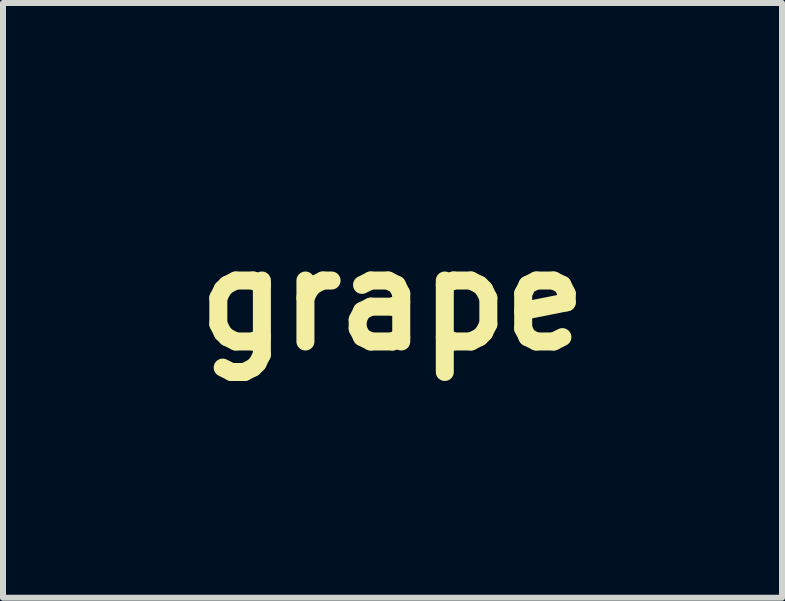
<source format=kicad_pcb>
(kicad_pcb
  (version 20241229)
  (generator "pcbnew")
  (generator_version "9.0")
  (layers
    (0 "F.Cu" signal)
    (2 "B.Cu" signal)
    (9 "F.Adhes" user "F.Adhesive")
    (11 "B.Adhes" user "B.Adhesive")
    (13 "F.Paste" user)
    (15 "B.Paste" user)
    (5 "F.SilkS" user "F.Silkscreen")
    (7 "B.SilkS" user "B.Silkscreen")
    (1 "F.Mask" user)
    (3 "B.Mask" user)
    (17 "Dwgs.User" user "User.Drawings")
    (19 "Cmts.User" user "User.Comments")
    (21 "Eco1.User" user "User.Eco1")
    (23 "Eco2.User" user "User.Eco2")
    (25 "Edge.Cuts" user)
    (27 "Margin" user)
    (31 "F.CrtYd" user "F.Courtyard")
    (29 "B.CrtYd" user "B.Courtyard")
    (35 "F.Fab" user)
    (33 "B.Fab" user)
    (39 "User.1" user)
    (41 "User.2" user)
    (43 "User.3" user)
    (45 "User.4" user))
  (footprint "grape"
    (layer "F.Cu")
    (at 3.491 1.951)
    (property "Reference" "grape" (at 0 0 0) (layer "F.SilkS") (effects (font (size 1.524 1.524) (thickness 0.3))))
    (attr through_hole)
    (fp_poly (pts (xy 0.171 -1.927) (xy 0.219 -1.882) (xy 0.274 -1.811) (xy 0.282 -1.8) (xy 0.362 -1.662) (xy 0.422 -1.517) (xy 0.461 -1.368) (xy 0.477 -1.22) (xy 0.472 -1.075) (xy 0.443 -0.939) (xy 0.393 -0.817) (xy 0.354 -0.752) (xy 0.311 -0.695) (xy 0.269 -0.651) (xy 0.232 -0.626) (xy 0.213 -0.621) (xy 0.183 -0.631) (xy 0.149 -0.654) (xy 0.146 -0.657) (xy 0.121 -0.694) (xy 0.12 -0.734) (xy 0.144 -0.781) (xy 0.172 -0.817) (xy 0.229 -0.896) (xy 0.267 -0.985) (xy 0.288 -1.089) (xy 0.294 -1.16) (xy 0.295 -1.235) (xy 0.292 -1.294) (xy 0.282 -1.348) (xy 0.268 -1.399) (xy 0.214 -1.545) (xy 0.142 -1.674) (xy 0.093 -1.742) (xy 0.055 -1.794) (xy 0.035 -1.832) (xy 0.032 -1.862) (xy 0.043 -1.891) (xy 0.057 -1.91) (xy 0.092 -1.94) (xy 0.129 -1.946) (xy 0.171 -1.927)) (stroke (width 0.01) (type solid)) (fill yes) (layer "F.Mask"))
    (fp_poly (pts (xy 1.235 -1.719) (xy 1.303 -1.71) (xy 1.376 -1.698) (xy 1.448 -1.684) (xy 1.514 -1.668) (xy 1.565 -1.653) (xy 1.596 -1.639) (xy 1.599 -1.637) (xy 1.6 -1.62) (xy 1.594 -1.581) (xy 1.582 -1.527) (xy 1.565 -1.462) (xy 1.545 -1.393) (xy 1.524 -1.324) (xy 1.503 -1.261) (xy 1.484 -1.21) (xy 1.47 -1.179) (xy 1.401 -1.079) (xy 1.31 -0.991) (xy 1.203 -0.921) (xy 1.176 -0.907) (xy 1.123 -0.883) (xy 1.081 -0.867) (xy 1.04 -0.858) (xy 0.991 -0.853) (xy 0.924 -0.851) (xy 0.917 -0.851) (xy 0.839 -0.85) (xy 0.775 -0.855) (xy 0.712 -0.865) (xy 0.639 -0.883) (xy 0.625 -0.887) (xy 0.564 -0.904) (xy 0.515 -0.919) (xy 0.482 -0.93) (xy 0.472 -0.935) (xy 0.471 -0.952) (xy 0.478 -0.99) (xy 0.491 -1.043) (xy 0.507 -1.106) (xy 0.526 -1.174) (xy 0.546 -1.24) (xy 0.565 -1.298) (xy 0.582 -1.343) (xy 0.586 -1.352) (xy 0.653 -1.467) (xy 0.739 -1.562) (xy 0.842 -1.636) (xy 0.961 -1.688) (xy 1.092 -1.716) (xy 1.181 -1.722) (xy 1.235 -1.719)) (stroke (width 0.01) (type solid)) (fill yes) (layer "F.Mask"))
    (fp_poly (pts (xy -0.331 -1.029) (xy -0.249 -1.005) (xy -0.177 -0.962) (xy -0.135 -0.924) (xy -0.088 -0.866) (xy -0.049 -0.799) (xy -0.023 -0.731) (xy -0.014 -0.676) (xy -0.014 -0.626) (xy 0.146 -0.577) (xy 0.306 -0.527) (xy 0.365 -0.58) (xy 0.445 -0.635) (xy 0.535 -0.667) (xy 0.64 -0.676) (xy 0.67 -0.674) (xy 0.777 -0.655) (xy 0.87 -0.612) (xy 0.947 -0.55) (xy 1.006 -0.471) (xy 1.043 -0.376) (xy 1.058 -0.27) (xy 1.052 -0.18) (xy 1.04 -0.132) (xy 1.016 -0.076) (xy 0.996 -0.039) (xy 0.972 0.004) (xy 0.96 0.031) (xy 0.959 0.052) (xy 0.969 0.075) (xy 0.974 0.085) (xy 0.99 0.112) (xy 1.009 0.127) (xy 1.039 0.134) (xy 1.08 0.137) (xy 1.184 0.156) (xy 1.279 0.2) (xy 1.36 0.266) (xy 1.422 0.349) (xy 1.441 0.387) (xy 1.467 0.478) (xy 1.473 0.578) (xy 1.459 0.676) (xy 1.44 0.731) (xy 1.396 0.803) (xy 1.335 0.869) (xy 1.263 0.923) (xy 1.204 0.951) (xy 1.134 0.967) (xy 1.054 0.972) (xy 0.976 0.968) (xy 0.916 0.954) (xy 0.818 0.907) (xy 0.741 0.841) (xy 0.683 0.754) (xy 0.661 0.704) (xy 0.637 0.6) (xy 0.638 0.533) (xy 0.85 0.533) (xy 0.855 0.599) (xy 0.879 0.655) (xy 0.925 0.711) (xy 0.983 0.747) (xy 1.049 0.761) (xy 1.114 0.752) (xy 1.157 0.73) (xy 1.215 0.681) (xy 1.248 0.626) (xy 1.259 0.562) (xy 1.248 0.486) (xy 1.214 0.425) (xy 1.159 0.382) (xy 1.087 0.358) (xy 1.066 0.356) (xy 0.991 0.363) (xy 0.929 0.394) (xy 0.88 0.45) (xy 0.871 0.466) (xy 0.85 0.533) (xy 0.638 0.533) (xy 0.639 0.495) (xy 0.668 0.392) (xy 0.703 0.323) (xy 0.727 0.285) (xy 0.736 0.261) (xy 0.733 0.239) (xy 0.72 0.212) (xy 0.704 0.185) (xy 0.685 0.17) (xy 0.654 0.163) (xy 0.615 0.161) (xy 0.511 0.141) (xy 0.416 0.098) (xy 0.348 0.045) (xy 0.301 -0.006) (xy 0.267 -0.06) (xy 0.241 -0.126) (xy 0.227 -0.175) (xy 0.206 -0.254) (xy 0.434 -0.254) (xy 0.438 -0.214) (xy 0.459 -0.167) (xy 0.495 -0.119) (xy 0.537 -0.081) (xy 0.557 -0.07) (xy 0.614 -0.058) (xy 0.678 -0.062) (xy 0.735 -0.079) (xy 0.744 -0.084) (xy 0.799 -0.132) (xy 0.832 -0.19) (xy 0.844 -0.253) (xy 0.836 -0.316) (xy 0.808 -0.374) (xy 0.763 -0.421) (xy 0.702 -0.453) (xy 0.657 -0.462) (xy 0.587 -0.457) (xy 0.526 -0.429) (xy 0.477 -0.383) (xy 0.445 -0.323) (xy 0.434 -0.254) (xy 0.206 -0.254) (xy 0.204 -0.259) (xy 0.054 -0.309) (xy -0.097 -0.358) (xy -0.142 -0.314) (xy -0.213 -0.258) (xy -0.291 -0.223) (xy -0.384 -0.208) (xy -0.43 -0.206) (xy -0.53 -0.214) (xy -0.612 -0.239) (xy -0.685 -0.285) (xy -0.727 -0.322) (xy -0.791 -0.401) (xy -0.83 -0.489) (xy -0.846 -0.592) (xy -0.846 -0.613) (xy -0.635 -0.613) (xy -0.621 -0.548) (xy -0.584 -0.489) (xy -0.584 -0.489) (xy -0.522 -0.439) (xy -0.454 -0.416) (xy -0.384 -0.422) (xy -0.318 -0.451) (xy -0.267 -0.498) (xy -0.236 -0.561) (xy -0.229 -0.633) (xy -0.229 -0.643) (xy -0.25 -0.716) (xy -0.294 -0.773) (xy -0.359 -0.812) (xy -0.36 -0.812) (xy -0.405 -0.827) (xy -0.441 -0.829) (xy -0.483 -0.819) (xy -0.548 -0.787) (xy -0.596 -0.738) (xy -0.626 -0.678) (xy -0.635 -0.613) (xy -0.846 -0.613) (xy -0.846 -0.621) (xy -0.835 -0.729) (xy -0.801 -0.823) (xy -0.743 -0.906) (xy -0.726 -0.924) (xy -0.657 -0.981) (xy -0.582 -1.017) (xy -0.494 -1.034) (xy -0.43 -1.037) (xy -0.331 -1.029)) (stroke (width 0.01) (type solid)) (fill yes) (layer "F.Mask"))
    (fp_poly (pts (xy -1.095 -0.543) (xy -1.017 -0.521) (xy -0.941 -0.479) (xy -0.936 -0.476) (xy -0.865 -0.412) (xy -0.809 -0.329) (xy -0.773 -0.234) (xy -0.769 -0.215) (xy -0.753 -0.136) (xy -0.44 -0.031) (xy -0.396 -0.077) (xy -0.332 -0.131) (xy -0.263 -0.167) (xy -0.18 -0.186) (xy -0.092 -0.191) (xy -0.025 -0.189) (xy 0.023 -0.184) (xy 0.062 -0.174) (xy 0.101 -0.157) (xy 0.104 -0.155) (xy 0.191 -0.096) (xy 0.258 -0.018) (xy 0.302 0.075) (xy 0.323 0.181) (xy 0.325 0.219) (xy 0.312 0.329) (xy 0.275 0.427) (xy 0.214 0.511) (xy 0.133 0.578) (xy 0.096 0.599) (xy 0.023 0.623) (xy -0.063 0.635) (xy -0.151 0.634) (xy -0.231 0.62) (xy -0.262 0.608) (xy -0.347 0.557) (xy -0.417 0.488) (xy -0.47 0.408) (xy -0.5 0.322) (xy -0.503 0.306) (xy -0.512 0.24) (xy -0.667 0.19) (xy -0.67 0.19) (xy -0.295 0.19) (xy -0.294 0.253) (xy -0.27 0.318) (xy -0.268 0.321) (xy -0.22 0.379) (xy -0.159 0.411) (xy -0.084 0.42) (xy -0.073 0.419) (xy -0.023 0.412) (xy 0.013 0.397) (xy 0.049 0.366) (xy 0.052 0.363) (xy 0.095 0.304) (xy 0.112 0.239) (xy 0.104 0.174) (xy 0.071 0.113) (xy 0.015 0.06) (xy -0.007 0.046) (xy -0.072 0.022) (xy -0.135 0.022) (xy -0.192 0.043) (xy -0.24 0.081) (xy -0.276 0.131) (xy -0.295 0.19) (xy -0.67 0.19) (xy -0.731 0.171) (xy -0.784 0.155) (xy -0.823 0.144) (xy -0.839 0.141) (xy -0.86 0.151) (xy -0.886 0.173) (xy -0.886 0.173) (xy -0.903 0.193) (xy -0.909 0.212) (xy -0.906 0.238) (xy -0.893 0.279) (xy -0.878 0.322) (xy -0.865 0.343) (xy -0.845 0.352) (xy -0.819 0.353) (xy -0.777 0.359) (xy -0.725 0.375) (xy -0.699 0.387) (xy -0.61 0.443) (xy -0.541 0.515) (xy -0.493 0.6) (xy -0.466 0.693) (xy -0.46 0.79) (xy -0.476 0.886) (xy -0.515 0.978) (xy -0.577 1.062) (xy -0.604 1.088) (xy -0.637 1.119) (xy -0.65 1.134) (xy -0.642 1.137) (xy -0.635 1.134) (xy -0.604 1.128) (xy -0.554 1.124) (xy -0.497 1.122) (xy -0.493 1.122) (xy -0.423 1.125) (xy -0.368 1.135) (xy -0.317 1.154) (xy -0.315 1.155) (xy -0.244 1.188) (xy -0.175 1.143) (xy -0.106 1.097) (xy -0.104 1) (xy -0.103 0.994) (xy 0.112 0.994) (xy 0.116 1.06) (xy 0.144 1.126) (xy 0.149 1.133) (xy 0.171 1.164) (xy 0.185 1.183) (xy 0.187 1.186) (xy 0.201 1.19) (xy 0.232 1.201) (xy 0.247 1.206) (xy 0.32 1.22) (xy 0.388 1.206) (xy 0.422 1.187) (xy 0.478 1.133) (xy 0.51 1.07) (xy 0.519 1.004) (xy 0.505 0.94) (xy 0.468 0.882) (xy 0.409 0.836) (xy 0.399 0.831) (xy 0.33 0.811) (xy 0.266 0.815) (xy 0.208 0.839) (xy 0.161 0.88) (xy 0.128 0.933) (xy 0.112 0.994) (xy -0.103 0.994) (xy -0.09 0.892) (xy -0.05 0.797) (xy 0.014 0.715) (xy 0.103 0.647) (xy 0.131 0.632) (xy 0.195 0.609) (xy 0.275 0.599) (xy 0.36 0.6) (xy 0.44 0.612) (xy 0.496 0.632) (xy 0.576 0.684) (xy 0.645 0.754) (xy 0.695 0.832) (xy 0.706 0.857) (xy 0.731 0.963) (xy 0.731 1.066) (xy 0.707 1.164) (xy 0.662 1.252) (xy 0.596 1.327) (xy 0.513 1.386) (xy 0.415 1.424) (xy 0.362 1.434) (xy 0.285 1.435) (xy 0.202 1.42) (xy 0.126 1.392) (xy 0.096 1.375) (xy 0.043 1.341) (xy -0.02 1.379) (xy -0.083 1.417) (xy -0.082 1.526) (xy -0.093 1.638) (xy -0.127 1.736) (xy -0.186 1.819) (xy -0.204 1.838) (xy -0.28 1.895) (xy -0.369 1.935) (xy -0.464 1.956) (xy -0.557 1.955) (xy -0.614 1.943) (xy -0.691 1.912) (xy -0.752 1.875) (xy -0.806 1.823) (xy -0.816 1.813) (xy -0.874 1.728) (xy -0.907 1.633) (xy -0.917 1.532) (xy -0.913 1.499) (xy -0.701 1.499) (xy -0.701 1.566) (xy -0.677 1.632) (xy -0.631 1.691) (xy -0.571 1.732) (xy -0.505 1.745) (xy -0.434 1.731) (xy -0.415 1.723) (xy -0.356 1.682) (xy -0.316 1.627) (xy -0.298 1.564) (xy -0.302 1.498) (xy -0.328 1.436) (xy -0.375 1.385) (xy -0.441 1.346) (xy -0.506 1.333) (xy -0.572 1.347) (xy -0.636 1.385) (xy -0.679 1.437) (xy -0.701 1.499) (xy -0.913 1.499) (xy -0.903 1.422) (xy -0.865 1.324) (xy -0.804 1.239) (xy -0.751 1.192) (xy -0.726 1.172) (xy -0.72 1.163) (xy -0.727 1.165) (xy -0.754 1.171) (xy -0.8 1.177) (xy -0.856 1.182) (xy -0.863 1.182) (xy -0.925 1.184) (xy -0.97 1.18) (xy -1.01 1.169) (xy -1.047 1.154) (xy -1.053 1.15) (xy -0.691 1.15) (xy -0.684 1.157) (xy -0.677 1.15) (xy -0.684 1.143) (xy -0.691 1.15) (xy -1.053 1.15) (xy -1.143 1.098) (xy -1.215 1.028) (xy -1.263 0.943) (xy -1.29 0.841) (xy -1.295 0.789) (xy -1.296 0.765) (xy -1.085 0.765) (xy -1.073 0.831) (xy -1.06 0.861) (xy -1.016 0.919) (xy -0.956 0.957) (xy -0.889 0.974) (xy -0.82 0.968) (xy -0.77 0.946) (xy -0.716 0.898) (xy -0.685 0.841) (xy -0.677 0.778) (xy -0.69 0.715) (xy -0.725 0.656) (xy -0.78 0.607) (xy -0.819 0.586) (xy -0.885 0.569) (xy -0.947 0.576) (xy -1.001 0.604) (xy -1.045 0.647) (xy -1.074 0.702) (xy -1.085 0.765) (xy -1.296 0.765) (xy -1.297 0.728) (xy -1.294 0.683) (xy -1.283 0.643) (xy -1.264 0.598) (xy -1.236 0.546) (xy -1.205 0.497) (xy -1.184 0.472) (xy -1.142 0.428) (xy -1.164 0.367) (xy -1.185 0.319) (xy -1.207 0.293) (xy -1.238 0.283) (xy -1.256 0.282) (xy -1.304 0.273) (xy -1.362 0.248) (xy -1.421 0.212) (xy -1.473 0.172) (xy -1.484 0.16) (xy -1.548 0.075) (xy -1.587 -0.019) (xy -1.602 -0.119) (xy -1.602 -0.12) (xy -1.386 -0.12) (xy -1.368 -0.053) (xy -1.324 0.009) (xy -1.322 0.011) (xy -1.261 0.054) (xy -1.194 0.073) (xy -1.126 0.068) (xy -1.063 0.037) (xy -1.043 0.02) (xy -0.998 -0.04) (xy -0.978 -0.105) (xy -0.982 -0.17) (xy -1.01 -0.231) (xy -1.059 -0.282) (xy -1.123 -0.317) (xy -1.195 -0.332) (xy -1.261 -0.32) (xy -1.318 -0.284) (xy -1.361 -0.225) (xy -1.375 -0.19) (xy -1.386 -0.12) (xy -1.602 -0.12) (xy -1.593 -0.219) (xy -1.561 -0.315) (xy -1.506 -0.402) (xy -1.459 -0.45) (xy -1.372 -0.509) (xy -1.273 -0.542) (xy -1.186 -0.55) (xy -1.095 -0.543)) (stroke (width 0.01) (type solid)) (fill yes) (layer "F.Mask")))
  (gr_rect
    (start -3 -3)
    (end 9.981 6.911)
    (stroke (width 0.1) (type default))
    (fill no)
    (layer "Edge.Cuts")))
</source>
